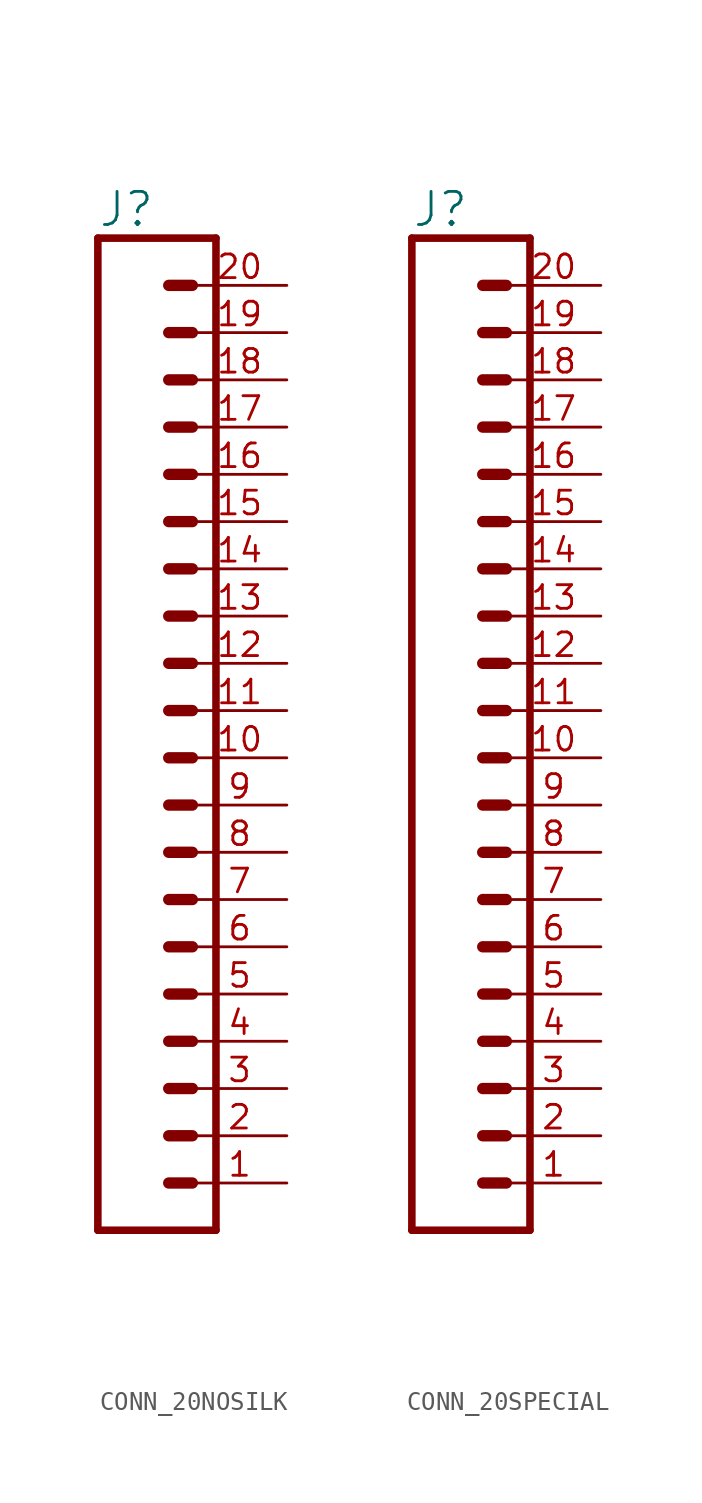
<source format=kicad_sym>
(kicad_symbol_lib
  (version 20231120)
  (generator "kicad_symbol_editor")
  (generator_version "8.0")
  (symbol "CONN_20NOSILK"
    (property "Reference" "J"
      (at 0 56.388 0)
      (effects (font (size 1.778 1.778)) (justify left bottom)))
    (property "Value" ""
      (at 0 0.254 0)
      (effects (font (size 1.778 1.778)) (justify left bottom)))
    (property "ki_locked" ""
      (at 0 0 0)
      (effects (font (size 1.27 1.27))))
    (symbol "CONN_20NOSILK_1_0"
      (polyline (pts (xy 0 55.88) (xy 0 2.54)) (stroke (width 0.406) (type solid)) (fill (type none)))
      (polyline (pts (xy 0 55.88) (xy 6.35 55.88)) (stroke (width 0.406) (type solid)) (fill (type none)))
      (polyline (pts (xy 3.81 5.08) (xy 5.08 5.08)) (stroke (width 0.61) (type solid)) (fill (type none)))
      (polyline (pts (xy 3.81 7.62) (xy 5.08 7.62)) (stroke (width 0.61) (type solid)) (fill (type none)))
      (polyline (pts (xy 3.81 10.16) (xy 5.08 10.16)) (stroke (width 0.61) (type solid)) (fill (type none)))
      (polyline (pts (xy 3.81 12.7) (xy 5.08 12.7)) (stroke (width 0.61) (type solid)) (fill (type none)))
      (polyline (pts (xy 3.81 15.24) (xy 5.08 15.24)) (stroke (width 0.61) (type solid)) (fill (type none)))
      (polyline (pts (xy 3.81 17.78) (xy 5.08 17.78)) (stroke (width 0.61) (type solid)) (fill (type none)))
      (polyline (pts (xy 3.81 20.32) (xy 5.08 20.32)) (stroke (width 0.61) (type solid)) (fill (type none)))
      (polyline (pts (xy 3.81 22.86) (xy 5.08 22.86)) (stroke (width 0.61) (type solid)) (fill (type none)))
      (polyline (pts (xy 3.81 25.4) (xy 5.08 25.4)) (stroke (width 0.61) (type solid)) (fill (type none)))
      (polyline (pts (xy 3.81 27.94) (xy 5.08 27.94)) (stroke (width 0.61) (type solid)) (fill (type none)))
      (polyline (pts (xy 3.81 30.48) (xy 5.08 30.48)) (stroke (width 0.61) (type solid)) (fill (type none)))
      (polyline (pts (xy 3.81 33.02) (xy 5.08 33.02)) (stroke (width 0.61) (type solid)) (fill (type none)))
      (polyline (pts (xy 3.81 35.56) (xy 5.08 35.56)) (stroke (width 0.61) (type solid)) (fill (type none)))
      (polyline (pts (xy 3.81 38.1) (xy 5.08 38.1)) (stroke (width 0.61) (type solid)) (fill (type none)))
      (polyline (pts (xy 3.81 40.64) (xy 5.08 40.64)) (stroke (width 0.61) (type solid)) (fill (type none)))
      (polyline (pts (xy 3.81 43.18) (xy 5.08 43.18)) (stroke (width 0.61) (type solid)) (fill (type none)))
      (polyline (pts (xy 3.81 45.72) (xy 5.08 45.72)) (stroke (width 0.61) (type solid)) (fill (type none)))
      (polyline (pts (xy 3.81 48.26) (xy 5.08 48.26)) (stroke (width 0.61) (type solid)) (fill (type none)))
      (polyline (pts (xy 3.81 50.8) (xy 5.08 50.8)) (stroke (width 0.61) (type solid)) (fill (type none)))
      (polyline (pts (xy 3.81 53.34) (xy 5.08 53.34)) (stroke (width 0.61) (type solid)) (fill (type none)))
      (polyline (pts (xy 6.35 2.54) (xy 0 2.54)) (stroke (width 0.406) (type solid)) (fill (type none)))
      (polyline (pts (xy 6.35 2.54) (xy 6.35 55.88)) (stroke (width 0.406) (type solid)) (fill (type none)))
      (pin passive line (at 10.16 5.08 180) (length 5.08) (name "1" (effects (font (size 0 0)))) (number "1" (effects (font (size 1.27 1.27)))))
      (pin passive line (at 10.16 27.94 180) (length 5.08) (name "10" (effects (font (size 0 0)))) (number "10" (effects (font (size 1.27 1.27)))))
      (pin passive line (at 10.16 30.48 180) (length 5.08) (name "11" (effects (font (size 0 0)))) (number "11" (effects (font (size 1.27 1.27)))))
      (pin passive line (at 10.16 33.02 180) (length 5.08) (name "12" (effects (font (size 0 0)))) (number "12" (effects (font (size 1.27 1.27)))))
      (pin passive line (at 10.16 35.56 180) (length 5.08) (name "13" (effects (font (size 0 0)))) (number "13" (effects (font (size 1.27 1.27)))))
      (pin passive line (at 10.16 38.1 180) (length 5.08) (name "14" (effects (font (size 0 0)))) (number "14" (effects (font (size 1.27 1.27)))))
      (pin passive line (at 10.16 40.64 180) (length 5.08) (name "15" (effects (font (size 0 0)))) (number "15" (effects (font (size 1.27 1.27)))))
      (pin passive line (at 10.16 43.18 180) (length 5.08) (name "16" (effects (font (size 0 0)))) (number "16" (effects (font (size 1.27 1.27)))))
      (pin passive line (at 10.16 45.72 180) (length 5.08) (name "17" (effects (font (size 0 0)))) (number "17" (effects (font (size 1.27 1.27)))))
      (pin passive line (at 10.16 48.26 180) (length 5.08) (name "18" (effects (font (size 0 0)))) (number "18" (effects (font (size 1.27 1.27)))))
      (pin passive line (at 10.16 50.8 180) (length 5.08) (name "19" (effects (font (size 0 0)))) (number "19" (effects (font (size 1.27 1.27)))))
      (pin passive line (at 10.16 7.62 180) (length 5.08) (name "2" (effects (font (size 0 0)))) (number "2" (effects (font (size 1.27 1.27)))))
      (pin passive line (at 10.16 53.34 180) (length 5.08) (name "20" (effects (font (size 0 0)))) (number "20" (effects (font (size 1.27 1.27)))))
      (pin passive line (at 10.16 10.16 180) (length 5.08) (name "3" (effects (font (size 0 0)))) (number "3" (effects (font (size 1.27 1.27)))))
      (pin passive line (at 10.16 12.7 180) (length 5.08) (name "4" (effects (font (size 0 0)))) (number "4" (effects (font (size 1.27 1.27)))))
      (pin passive line (at 10.16 15.24 180) (length 5.08) (name "5" (effects (font (size 0 0)))) (number "5" (effects (font (size 1.27 1.27)))))
      (pin passive line (at 10.16 17.78 180) (length 5.08) (name "6" (effects (font (size 0 0)))) (number "6" (effects (font (size 1.27 1.27)))))
      (pin passive line (at 10.16 20.32 180) (length 5.08) (name "7" (effects (font (size 0 0)))) (number "7" (effects (font (size 1.27 1.27)))))
      (pin passive line (at 10.16 22.86 180) (length 5.08) (name "8" (effects (font (size 0 0)))) (number "8" (effects (font (size 1.27 1.27)))))
      (pin passive line (at 10.16 25.4 180) (length 5.08) (name "9" (effects (font (size 0 0)))) (number "9" (effects (font (size 1.27 1.27)))))))
  (symbol "CONN_20SPECIAL"
    (property "Reference" "J"
      (at 0 56.388 0)
      (effects (font (size 1.778 1.778)) (justify left bottom)))
    (property "Value" ""
      (at 0 0.254 0)
      (effects (font (size 1.778 1.778)) (justify left bottom)))
    (property "ki_locked" ""
      (at 0 0 0)
      (effects (font (size 1.27 1.27))))
    (symbol "CONN_20SPECIAL_1_0"
      (polyline (pts (xy 0 55.88) (xy 0 2.54)) (stroke (width 0.406) (type solid)) (fill (type none)))
      (polyline (pts (xy 0 55.88) (xy 6.35 55.88)) (stroke (width 0.406) (type solid)) (fill (type none)))
      (polyline (pts (xy 3.81 5.08) (xy 5.08 5.08)) (stroke (width 0.61) (type solid)) (fill (type none)))
      (polyline (pts (xy 3.81 7.62) (xy 5.08 7.62)) (stroke (width 0.61) (type solid)) (fill (type none)))
      (polyline (pts (xy 3.81 10.16) (xy 5.08 10.16)) (stroke (width 0.61) (type solid)) (fill (type none)))
      (polyline (pts (xy 3.81 12.7) (xy 5.08 12.7)) (stroke (width 0.61) (type solid)) (fill (type none)))
      (polyline (pts (xy 3.81 15.24) (xy 5.08 15.24)) (stroke (width 0.61) (type solid)) (fill (type none)))
      (polyline (pts (xy 3.81 17.78) (xy 5.08 17.78)) (stroke (width 0.61) (type solid)) (fill (type none)))
      (polyline (pts (xy 3.81 20.32) (xy 5.08 20.32)) (stroke (width 0.61) (type solid)) (fill (type none)))
      (polyline (pts (xy 3.81 22.86) (xy 5.08 22.86)) (stroke (width 0.61) (type solid)) (fill (type none)))
      (polyline (pts (xy 3.81 25.4) (xy 5.08 25.4)) (stroke (width 0.61) (type solid)) (fill (type none)))
      (polyline (pts (xy 3.81 27.94) (xy 5.08 27.94)) (stroke (width 0.61) (type solid)) (fill (type none)))
      (polyline (pts (xy 3.81 30.48) (xy 5.08 30.48)) (stroke (width 0.61) (type solid)) (fill (type none)))
      (polyline (pts (xy 3.81 33.02) (xy 5.08 33.02)) (stroke (width 0.61) (type solid)) (fill (type none)))
      (polyline (pts (xy 3.81 35.56) (xy 5.08 35.56)) (stroke (width 0.61) (type solid)) (fill (type none)))
      (polyline (pts (xy 3.81 38.1) (xy 5.08 38.1)) (stroke (width 0.61) (type solid)) (fill (type none)))
      (polyline (pts (xy 3.81 40.64) (xy 5.08 40.64)) (stroke (width 0.61) (type solid)) (fill (type none)))
      (polyline (pts (xy 3.81 43.18) (xy 5.08 43.18)) (stroke (width 0.61) (type solid)) (fill (type none)))
      (polyline (pts (xy 3.81 45.72) (xy 5.08 45.72)) (stroke (width 0.61) (type solid)) (fill (type none)))
      (polyline (pts (xy 3.81 48.26) (xy 5.08 48.26)) (stroke (width 0.61) (type solid)) (fill (type none)))
      (polyline (pts (xy 3.81 50.8) (xy 5.08 50.8)) (stroke (width 0.61) (type solid)) (fill (type none)))
      (polyline (pts (xy 3.81 53.34) (xy 5.08 53.34)) (stroke (width 0.61) (type solid)) (fill (type none)))
      (polyline (pts (xy 6.35 2.54) (xy 0 2.54)) (stroke (width 0.406) (type solid)) (fill (type none)))
      (polyline (pts (xy 6.35 2.54) (xy 6.35 55.88)) (stroke (width 0.406) (type solid)) (fill (type none)))
      (pin passive line (at 10.16 5.08 180) (length 5.08) (name "1" (effects (font (size 0 0)))) (number "1" (effects (font (size 1.27 1.27)))))
      (pin passive line (at 10.16 27.94 180) (length 5.08) (name "10" (effects (font (size 0 0)))) (number "10" (effects (font (size 1.27 1.27)))))
      (pin passive line (at 10.16 30.48 180) (length 5.08) (name "11" (effects (font (size 0 0)))) (number "11" (effects (font (size 1.27 1.27)))))
      (pin passive line (at 10.16 33.02 180) (length 5.08) (name "12" (effects (font (size 0 0)))) (number "12" (effects (font (size 1.27 1.27)))))
      (pin passive line (at 10.16 35.56 180) (length 5.08) (name "13" (effects (font (size 0 0)))) (number "13" (effects (font (size 1.27 1.27)))))
      (pin passive line (at 10.16 38.1 180) (length 5.08) (name "14" (effects (font (size 0 0)))) (number "14" (effects (font (size 1.27 1.27)))))
      (pin passive line (at 10.16 40.64 180) (length 5.08) (name "15" (effects (font (size 0 0)))) (number "15" (effects (font (size 1.27 1.27)))))
      (pin passive line (at 10.16 43.18 180) (length 5.08) (name "16" (effects (font (size 0 0)))) (number "16" (effects (font (size 1.27 1.27)))))
      (pin passive line (at 10.16 45.72 180) (length 5.08) (name "17" (effects (font (size 0 0)))) (number "17" (effects (font (size 1.27 1.27)))))
      (pin passive line (at 10.16 48.26 180) (length 5.08) (name "18" (effects (font (size 0 0)))) (number "18" (effects (font (size 1.27 1.27)))))
      (pin passive line (at 10.16 50.8 180) (length 5.08) (name "19" (effects (font (size 0 0)))) (number "19" (effects (font (size 1.27 1.27)))))
      (pin passive line (at 10.16 7.62 180) (length 5.08) (name "2" (effects (font (size 0 0)))) (number "2" (effects (font (size 1.27 1.27)))))
      (pin passive line (at 10.16 53.34 180) (length 5.08) (name "20" (effects (font (size 0 0)))) (number "20" (effects (font (size 1.27 1.27)))))
      (pin passive line (at 10.16 10.16 180) (length 5.08) (name "3" (effects (font (size 0 0)))) (number "3" (effects (font (size 1.27 1.27)))))
      (pin passive line (at 10.16 12.7 180) (length 5.08) (name "4" (effects (font (size 0 0)))) (number "4" (effects (font (size 1.27 1.27)))))
      (pin passive line (at 10.16 15.24 180) (length 5.08) (name "5" (effects (font (size 0 0)))) (number "5" (effects (font (size 1.27 1.27)))))
      (pin passive line (at 10.16 17.78 180) (length 5.08) (name "6" (effects (font (size 0 0)))) (number "6" (effects (font (size 1.27 1.27)))))
      (pin passive line (at 10.16 20.32 180) (length 5.08) (name "7" (effects (font (size 0 0)))) (number "7" (effects (font (size 1.27 1.27)))))
      (pin passive line (at 10.16 22.86 180) (length 5.08) (name "8" (effects (font (size 0 0)))) (number "8" (effects (font (size 1.27 1.27)))))
      (pin passive line (at 10.16 25.4 180) (length 5.08) (name "9" (effects (font (size 0 0)))) (number "9" (effects (font (size 1.27 1.27))))))))
</source>
